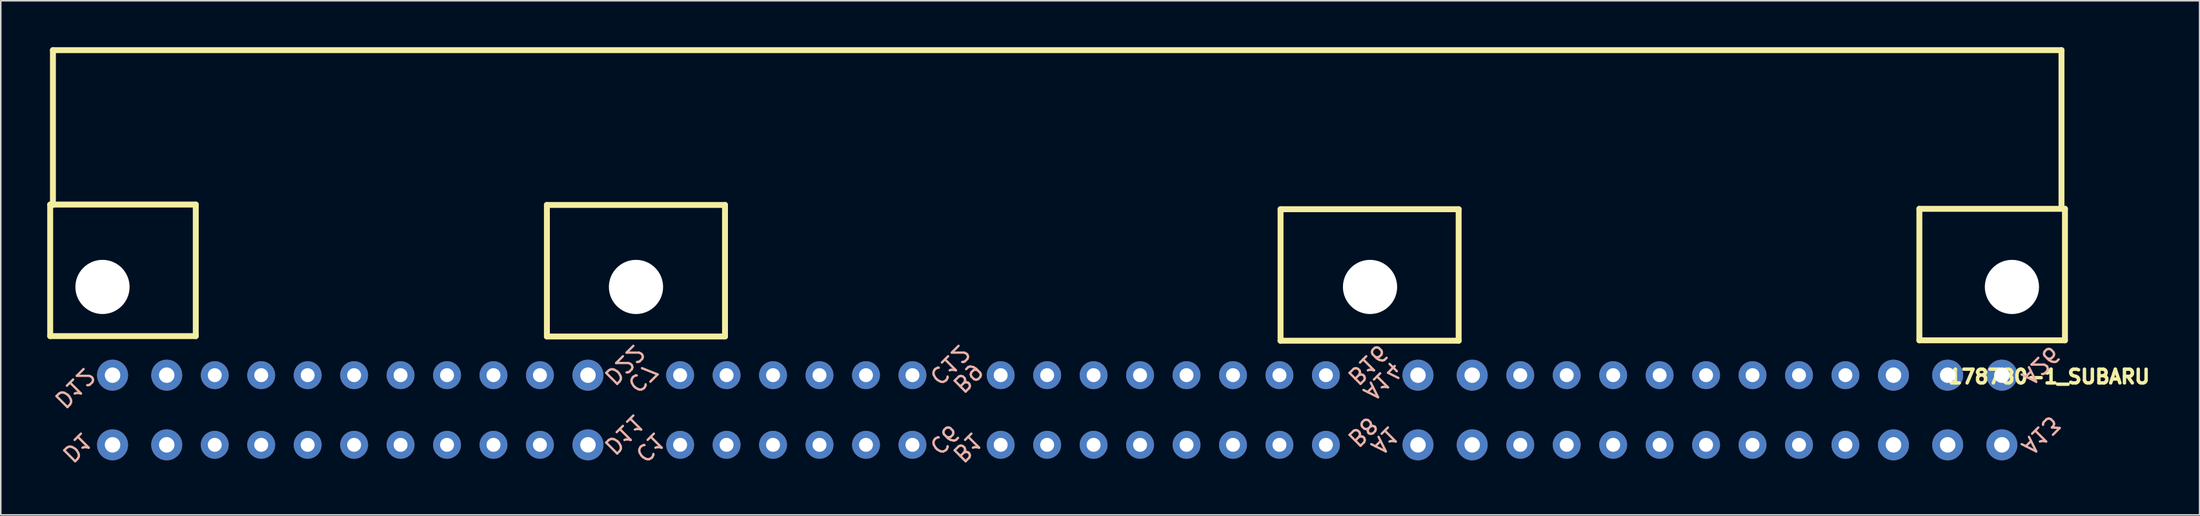
<source format=kicad_pcb>
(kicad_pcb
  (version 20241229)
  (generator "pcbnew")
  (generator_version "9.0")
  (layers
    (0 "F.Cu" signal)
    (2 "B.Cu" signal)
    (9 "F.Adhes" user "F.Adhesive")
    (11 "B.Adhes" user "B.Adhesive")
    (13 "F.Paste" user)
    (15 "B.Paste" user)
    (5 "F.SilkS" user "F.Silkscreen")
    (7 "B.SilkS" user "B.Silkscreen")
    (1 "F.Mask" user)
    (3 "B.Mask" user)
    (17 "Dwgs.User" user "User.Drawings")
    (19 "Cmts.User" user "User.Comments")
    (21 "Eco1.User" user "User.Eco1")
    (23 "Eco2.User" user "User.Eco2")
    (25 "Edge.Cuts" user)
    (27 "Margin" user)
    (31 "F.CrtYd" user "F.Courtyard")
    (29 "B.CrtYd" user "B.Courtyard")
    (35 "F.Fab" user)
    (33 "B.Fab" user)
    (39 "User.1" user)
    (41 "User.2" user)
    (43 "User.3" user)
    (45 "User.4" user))
  (footprint "178780-1_SUBARU"
    (layer "F.Cu")
    (at 113.766 25.69)
    (property "Reference" "178780-1_SUBARU" (at 15.5 -4.4 0) (layer "F.SilkS") (effects (font (size 0.889 0.889) (thickness 0.222))))
    (attr through_hole)
    (fp_line (start -113.575 -15.524) (end -104.175 -15.524) (stroke (width 0.381) (type solid)) (layer "F.SilkS"))
    (fp_line (start -113.575 -7.025) (end -113.575 -15.524) (stroke (width 0.381) (type solid)) (layer "F.SilkS"))
    (fp_line (start -113.575 -7.025) (end -104.175 -7.025) (stroke (width 0.381) (type solid)) (layer "F.SilkS"))
    (fp_line (start -113.398 -25.499) (end -113.398 -15.499) (stroke (width 0.381) (type solid)) (layer "F.SilkS"))
    (fp_line (start -113.398 -25.499) (end 16.302 -25.499) (stroke (width 0.381) (type solid)) (layer "F.SilkS"))
    (fp_line (start -104.175 -7.025) (end -104.175 -15.524) (stroke (width 0.381) (type solid)) (layer "F.SilkS"))
    (fp_line (start -81.501 -15.499) (end -70 -15.499) (stroke (width 0.381) (type solid)) (layer "F.SilkS"))
    (fp_line (start -81.501 -7) (end -81.501 -15.499) (stroke (width 0.381) (type solid)) (layer "F.SilkS"))
    (fp_line (start -81.501 -7) (end -70 -7) (stroke (width 0.381) (type solid)) (layer "F.SilkS"))
    (fp_line (start -70 -7) (end -70 -15.499) (stroke (width 0.381) (type solid)) (layer "F.SilkS"))
    (fp_line (start -34.126 -6.726) (end -34.126 -15.224) (stroke (width 0.381) (type solid)) (layer "F.SilkS"))
    (fp_line (start -22.625 -15.224) (end -34.126 -15.224) (stroke (width 0.381) (type solid)) (layer "F.SilkS"))
    (fp_line (start -22.625 -15.224) (end -22.625 -6.726) (stroke (width 0.381) (type solid)) (layer "F.SilkS"))
    (fp_line (start -22.625 -6.726) (end -34.126 -6.726) (stroke (width 0.381) (type solid)) (layer "F.SilkS"))
    (fp_line (start 7.125 -15.249) (end 16.526 -15.249) (stroke (width 0.381) (type solid)) (layer "F.SilkS"))
    (fp_line (start 7.125 -6.751) (end 7.125 -15.249) (stroke (width 0.381) (type solid)) (layer "F.SilkS"))
    (fp_line (start 16.302 -25.499) (end 16.302 -15.499) (stroke (width 0.381) (type solid)) (layer "F.SilkS"))
    (fp_line (start 16.526 -15.249) (end 16.526 -6.751) (stroke (width 0.381) (type solid)) (layer "F.SilkS"))
    (fp_line (start 16.526 -6.751) (end 7.125 -6.751) (stroke (width 0.381) (type solid)) (layer "F.SilkS"))
    (fp_text user "D11" (at -78 0 225) (unlocked yes) (layer "B.SilkS") (effects (font (size 1 1) (thickness 0.15)) (justify left bottom mirror)))
    (fp_text user "D22" (at -78 -4.5 225) (unlocked yes) (layer "B.SilkS") (effects (font (size 1 1) (thickness 0.15)) (justify left bottom mirror)))
    (fp_text user "C7" (at -76.5 -4 225) (unlocked yes) (layer "B.SilkS") (effects (font (size 1 1) (thickness 0.15)) (justify left bottom mirror)))
    (fp_text user "D12" (at -113.5 -3 225) (unlocked yes) (layer "B.SilkS") (effects (font (size 1 1) (thickness 0.15)) (justify left bottom mirror)))
    (fp_text user "C1" (at -76 0.5 225) (unlocked yes) (layer "B.SilkS") (effects (font (size 1 1) (thickness 0.15)) (justify left bottom mirror)))
    (fp_text user "A1" (at -28.5 0 225) (unlocked yes) (layer "B.SilkS") (effects (font (size 1 1) (thickness 0.15)) (justify left bottom mirror)))
    (fp_text user "B16" (at -30 -4.5 225) (unlocked yes) (layer "B.SilkS") (effects (font (size 1 1) (thickness 0.15)) (justify left bottom mirror)))
    (fp_text user "A13" (at 13.5 0 225) (unlocked yes) (layer "B.SilkS") (effects (font (size 1 1) (thickness 0.15)) (justify left bottom mirror)))
    (fp_text user "C12" (at -57 -4.5 225) (unlocked yes) (layer "B.SilkS") (effects (font (size 1 1) (thickness 0.15)) (justify left bottom mirror)))
    (fp_text user "B8" (at -30 -0.5 225) (unlocked yes) (layer "B.SilkS") (effects (font (size 1 1) (thickness 0.15)) (justify left bottom mirror)))
    (fp_text user "A26" (at 13.5 -4.5 225) (unlocked yes) (layer "B.SilkS") (effects (font (size 1 1) (thickness 0.15)) (justify left bottom mirror)))
    (fp_text user "B9" (at -55.5 -4 225) (unlocked yes) (layer "B.SilkS") (effects (font (size 1 1) (thickness 0.15)) (justify left bottom mirror)))
    (fp_text user "D1" (at -113 0.5 225) (unlocked yes) (layer "B.SilkS") (effects (font (size 1 1) (thickness 0.15)) (justify left bottom mirror)))
    (fp_text user "A14" (at -29 -3.5 225) (unlocked yes) (layer "B.SilkS") (effects (font (size 1 1) (thickness 0.15)) (justify left bottom mirror)))
    (fp_text user "B1" (at -55.5 0.5 225) (unlocked yes) (layer "B.SilkS") (effects (font (size 1 1) (thickness 0.15)) (justify left bottom mirror)))
    (fp_text user "C6" (at -57 0 225) (unlocked yes) (layer "B.SilkS") (effects (font (size 1 1) (thickness 0.15)) (justify left bottom mirror)))
    (pad "" np_thru_hole circle (at -110.198 -10.201) (size 3.5 3.5) (drill 3.5) (layers "*.Cu" "*.Mask"))
    (pad "" np_thru_hole circle (at -75.748 -10.201) (size 3.5 3.5) (drill 3.5) (layers "*.Cu" "*.Mask"))
    (pad "" np_thru_hole circle (at -28.348 -10.201) (size 3.5 3.5) (drill 3.5) (layers "*.Cu" "*.Mask"))
    (pad "" np_thru_hole circle (at 13.102 -10.201) (size 3.5 3.5) (drill 3.5) (layers "*.Cu" "*.Mask"))
    (pad "A1" thru_hole circle (at -25.251 0) (size 2 2) (drill 1) (layers "*.Cu" "*.Mask"))
    (pad "A2" thru_hole circle (at -21.751 0) (size 2 2) (drill 1) (layers "*.Cu" "*.Mask"))
    (pad "A3" thru_hole circle (at -18.647 0) (size 1.8 1.8) (drill 0.9) (layers "*.Cu" "*.Mask"))
    (pad "A4" thru_hole circle (at -15.647 0) (size 1.8 1.8) (drill 0.9) (layers "*.Cu" "*.Mask"))
    (pad "A5" thru_hole circle (at -12.647 0) (size 1.8 1.8) (drill 0.9) (layers "*.Cu" "*.Mask"))
    (pad "A6" thru_hole circle (at -9.648 0) (size 1.8 1.8) (drill 0.9) (layers "*.Cu" "*.Mask"))
    (pad "A7" thru_hole circle (at -6.648 0) (size 1.8 1.8) (drill 0.9) (layers "*.Cu" "*.Mask"))
    (pad "A8" thru_hole circle (at -3.648 0) (size 1.8 1.8) (drill 0.9) (layers "*.Cu" "*.Mask"))
    (pad "A9" thru_hole circle (at -0.648 0) (size 1.8 1.8) (drill 0.9) (layers "*.Cu" "*.Mask"))
    (pad "A10" thru_hole circle (at 2.351 0) (size 1.8 1.8) (drill 0.9) (layers "*.Cu" "*.Mask"))
    (pad "A11" thru_hole circle (at 5.453 0) (size 2 2) (drill 1) (layers "*.Cu" "*.Mask"))
    (pad "A12" thru_hole circle (at 8.953 0) (size 2 2) (drill 1) (layers "*.Cu" "*.Mask"))
    (pad "A13" thru_hole circle (at 12.453 0) (size 2 2) (drill 1) (layers "*.Cu" "*.Mask"))
    (pad "A14" thru_hole circle (at -25.251 -4.501) (size 2 2) (drill 1) (layers "*.Cu" "*.Mask"))
    (pad "A15" thru_hole circle (at -21.751 -4.501) (size 2 2) (drill 1) (layers "*.Cu" "*.Mask"))
    (pad "A16" thru_hole circle (at -18.647 -4.501) (size 1.8 1.8) (drill 0.9) (layers "*.Cu" "*.Mask"))
    (pad "A17" thru_hole circle (at -15.647 -4.501) (size 1.8 1.8) (drill 0.9) (layers "*.Cu" "*.Mask"))
    (pad "A18" thru_hole circle (at -12.647 -4.501) (size 1.8 1.8) (drill 0.9) (layers "*.Cu" "*.Mask"))
    (pad "A19" thru_hole circle (at -9.648 -4.501) (size 1.8 1.8) (drill 0.9) (layers "*.Cu" "*.Mask"))
    (pad "A20" thru_hole circle (at -6.648 -4.501) (size 1.8 1.8) (drill 0.9) (layers "*.Cu" "*.Mask"))
    (pad "A21" thru_hole circle (at -3.648 -4.501) (size 1.8 1.8) (drill 0.9) (layers "*.Cu" "*.Mask"))
    (pad "A22" thru_hole circle (at -0.648 -4.501) (size 1.8 1.8) (drill 0.9) (layers "*.Cu" "*.Mask"))
    (pad "A23" thru_hole circle (at 2.351 -4.501) (size 1.8 1.8) (drill 0.9) (layers "*.Cu" "*.Mask"))
    (pad "A24" thru_hole circle (at 5.453 -4.501) (size 2 2) (drill 1) (layers "*.Cu" "*.Mask"))
    (pad "A25" thru_hole circle (at 8.953 -4.501) (size 2 2) (drill 1) (layers "*.Cu" "*.Mask"))
    (pad "A26" thru_hole circle (at 12.453 -4.501) (size 2 2) (drill 1) (layers "*.Cu" "*.Mask"))
    (pad "B1" thru_hole circle (at -52.198 0) (size 1.8 1.8) (drill 0.9) (layers "*.Cu" "*.Mask"))
    (pad "B2" thru_hole circle (at -49.198 0) (size 1.8 1.8) (drill 0.9) (layers "*.Cu" "*.Mask"))
    (pad "B3" thru_hole circle (at -46.198 0) (size 1.8 1.8) (drill 0.9) (layers "*.Cu" "*.Mask"))
    (pad "B4" thru_hole circle (at -43.198 0) (size 1.8 1.8) (drill 0.9) (layers "*.Cu" "*.Mask"))
    (pad "B5" thru_hole circle (at -40.196 0) (size 1.8 1.8) (drill 0.9) (layers "*.Cu" "*.Mask"))
    (pad "B6" thru_hole circle (at -37.196 0) (size 1.8 1.8) (drill 0.9) (layers "*.Cu" "*.Mask"))
    (pad "B7" thru_hole circle (at -34.197 0) (size 1.8 1.8) (drill 0.9) (layers "*.Cu" "*.Mask"))
    (pad "B8" thru_hole circle (at -31.197 0) (size 1.8 1.8) (drill 0.9) (layers "*.Cu" "*.Mask"))
    (pad "B9" thru_hole circle (at -52.198 -4.501) (size 1.8 1.8) (drill 0.9) (layers "*.Cu" "*.Mask"))
    (pad "B10" thru_hole circle (at -49.198 -4.501) (size 1.8 1.8) (drill 0.9) (layers "*.Cu" "*.Mask"))
    (pad "B11" thru_hole circle (at -46.198 -4.501) (size 1.8 1.8) (drill 0.9) (layers "*.Cu" "*.Mask"))
    (pad "B12" thru_hole circle (at -43.198 -4.501) (size 1.8 1.8) (drill 0.9) (layers "*.Cu" "*.Mask"))
    (pad "B13" thru_hole circle (at -40.196 -4.501) (size 1.8 1.8) (drill 0.9) (layers "*.Cu" "*.Mask"))
    (pad "B14" thru_hole circle (at -37.196 -4.501) (size 1.8 1.8) (drill 0.9) (layers "*.Cu" "*.Mask"))
    (pad "B15" thru_hole circle (at -34.197 -4.501) (size 1.8 1.8) (drill 0.9) (layers "*.Cu" "*.Mask"))
    (pad "B16" thru_hole circle (at -31.197 -4.501) (size 1.8 1.8) (drill 0.9) (layers "*.Cu" "*.Mask"))
    (pad "C1" thru_hole circle (at -72.898 0) (size 1.8 1.8) (drill 0.9) (layers "*.Cu" "*.Mask"))
    (pad "C2" thru_hole circle (at -69.898 0) (size 1.8 1.8) (drill 0.9) (layers "*.Cu" "*.Mask"))
    (pad "C3" thru_hole circle (at -66.898 0) (size 1.8 1.8) (drill 0.9) (layers "*.Cu" "*.Mask"))
    (pad "C4" thru_hole circle (at -63.898 0) (size 1.8 1.8) (drill 0.9) (layers "*.Cu" "*.Mask"))
    (pad "C5" thru_hole circle (at -60.896 0) (size 1.8 1.8) (drill 0.9) (layers "*.Cu" "*.Mask"))
    (pad "C6" thru_hole circle (at -57.896 0) (size 1.8 1.8) (drill 0.9) (layers "*.Cu" "*.Mask"))
    (pad "C7" thru_hole circle (at -72.898 -4.501) (size 1.8 1.8) (drill 0.9) (layers "*.Cu" "*.Mask"))
    (pad "C8" thru_hole circle (at -69.898 -4.501) (size 1.8 1.8) (drill 0.9) (layers "*.Cu" "*.Mask"))
    (pad "C9" thru_hole circle (at -66.898 -4.501) (size 1.8 1.8) (drill 0.9) (layers "*.Cu" "*.Mask"))
    (pad "C10" thru_hole circle (at -63.898 -4.501) (size 1.8 1.8) (drill 0.9) (layers "*.Cu" "*.Mask"))
    (pad "C11" thru_hole circle (at -60.896 -4.501) (size 1.8 1.8) (drill 0.9) (layers "*.Cu" "*.Mask"))
    (pad "C12" thru_hole circle (at -57.896 -4.501) (size 1.8 1.8) (drill 0.9) (layers "*.Cu" "*.Mask"))
    (pad "D1" thru_hole circle (at -109.548 0) (size 2 2) (drill 1) (layers "*.Cu" "*.Mask"))
    (pad "D2" thru_hole circle (at -106.05 0) (size 2 2) (drill 1) (layers "*.Cu" "*.Mask"))
    (pad "D3" thru_hole circle (at -102.949 0) (size 1.8 1.8) (drill 0.9) (layers "*.Cu" "*.Mask"))
    (pad "D4" thru_hole circle (at -99.949 0) (size 1.8 1.8) (drill 0.9) (layers "*.Cu" "*.Mask"))
    (pad "D5" thru_hole circle (at -96.949 0) (size 1.8 1.8) (drill 0.9) (layers "*.Cu" "*.Mask"))
    (pad "D6" thru_hole circle (at -93.95 0) (size 1.8 1.8) (drill 0.9) (layers "*.Cu" "*.Mask"))
    (pad "D7" thru_hole circle (at -90.95 0) (size 1.8 1.8) (drill 0.9) (layers "*.Cu" "*.Mask"))
    (pad "D8" thru_hole circle (at -87.95 0) (size 1.8 1.8) (drill 0.9) (layers "*.Cu" "*.Mask"))
    (pad "D9" thru_hole circle (at -84.95 0) (size 1.8 1.8) (drill 0.9) (layers "*.Cu" "*.Mask"))
    (pad "D10" thru_hole circle (at -81.951 0) (size 1.8 1.8) (drill 0.9) (layers "*.Cu" "*.Mask"))
    (pad "D11" thru_hole circle (at -78.849 0) (size 2 2) (drill 1) (layers "*.Cu" "*.Mask"))
    (pad "D12" thru_hole circle (at -109.548 -4.501) (size 2 2) (drill 1) (layers "*.Cu" "*.Mask"))
    (pad "D13" thru_hole circle (at -106.05 -4.501) (size 2 2) (drill 1) (layers "*.Cu" "*.Mask"))
    (pad "D14" thru_hole circle (at -102.949 -4.501) (size 1.8 1.8) (drill 0.9) (layers "*.Cu" "*.Mask"))
    (pad "D15" thru_hole circle (at -99.949 -4.501) (size 1.8 1.8) (drill 0.9) (layers "*.Cu" "*.Mask"))
    (pad "D16" thru_hole circle (at -96.949 -4.501) (size 1.8 1.8) (drill 0.9) (layers "*.Cu" "*.Mask"))
    (pad "D17" thru_hole circle (at -93.95 -4.501) (size 1.8 1.8) (drill 0.9) (layers "*.Cu" "*.Mask"))
    (pad "D18" thru_hole circle (at -90.95 -4.501) (size 1.8 1.8) (drill 0.9) (layers "*.Cu" "*.Mask"))
    (pad "D19" thru_hole circle (at -87.95 -4.501) (size 1.8 1.8) (drill 0.9) (layers "*.Cu" "*.Mask"))
    (pad "D20" thru_hole circle (at -84.95 -4.501) (size 1.8 1.8) (drill 0.9) (layers "*.Cu" "*.Mask"))
    (pad "D21" thru_hole circle (at -81.951 -4.501) (size 1.8 1.8) (drill 0.9) (layers "*.Cu" "*.Mask"))
    (pad "D22" thru_hole circle (at -78.849 -4.501) (size 2 2) (drill 1) (layers "*.Cu" "*.Mask")))
  (gr_rect
    (start -3 -3)
    (end 138.987 30.215)
    (stroke (width 0.1) (type default))
    (fill no)
    (layer "Edge.Cuts")))
</source>
